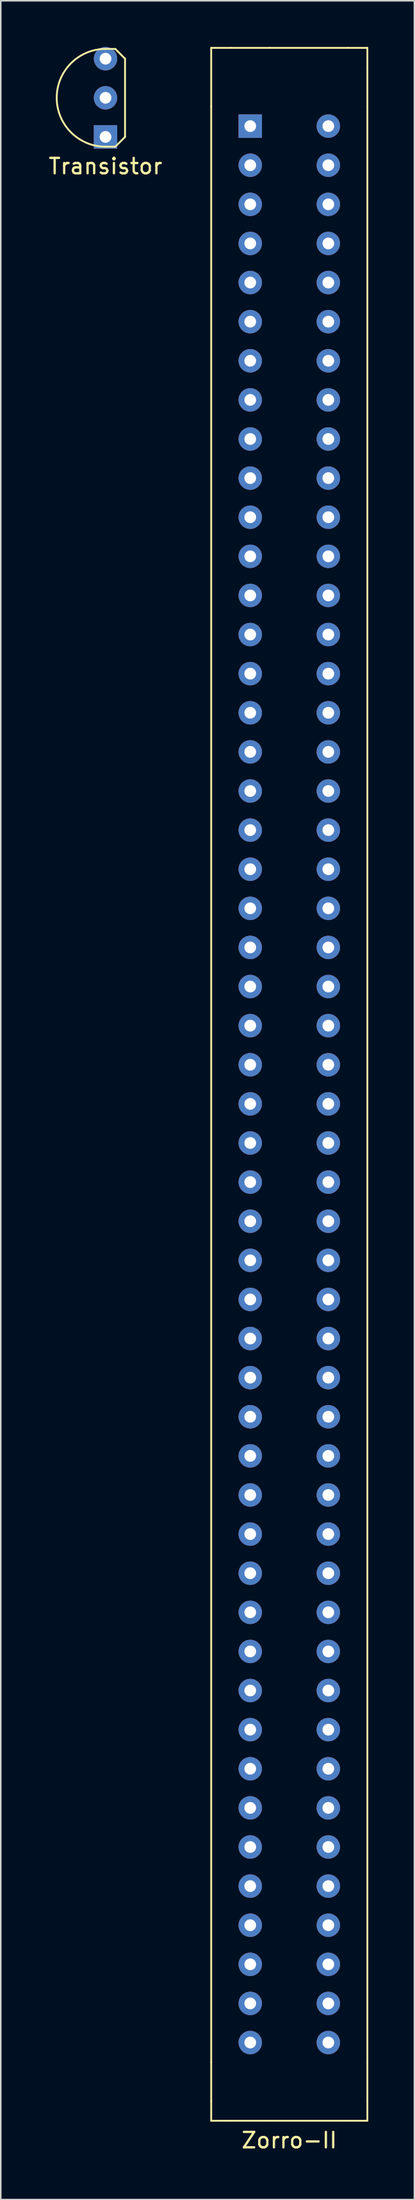
<source format=kicad_pcb>
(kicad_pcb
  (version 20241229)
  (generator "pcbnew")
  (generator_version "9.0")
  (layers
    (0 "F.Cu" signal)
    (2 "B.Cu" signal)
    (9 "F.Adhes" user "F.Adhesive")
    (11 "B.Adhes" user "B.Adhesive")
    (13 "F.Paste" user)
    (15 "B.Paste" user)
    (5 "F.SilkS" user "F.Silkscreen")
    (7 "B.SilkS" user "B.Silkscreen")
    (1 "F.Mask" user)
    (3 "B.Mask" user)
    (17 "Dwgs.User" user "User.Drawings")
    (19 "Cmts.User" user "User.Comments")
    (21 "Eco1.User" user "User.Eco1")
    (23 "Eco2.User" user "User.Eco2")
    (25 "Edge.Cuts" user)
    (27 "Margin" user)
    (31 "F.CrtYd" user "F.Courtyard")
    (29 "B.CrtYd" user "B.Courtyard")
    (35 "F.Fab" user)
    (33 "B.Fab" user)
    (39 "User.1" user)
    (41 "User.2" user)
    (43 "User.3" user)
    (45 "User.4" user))
  (footprint "Transistor"
    (layer "F.Cu")
    (at 3.815 3.302)
    (property "Reference" "Transistor" (at 0 4.445 0) (layer "F.SilkS") (effects (font (size 1 1) (thickness 0.15))))
    (attr through_hole)
    (fp_line (start 0.635 -3.175) (end 0 -3.175) (stroke (width 0.12) (type solid)) (layer "F.SilkS"))
    (fp_line (start 0.635 -3.175) (end 1.27 -2.54) (stroke (width 0.12) (type solid)) (layer "F.SilkS"))
    (fp_line (start 0.635 3.175) (end 0 3.175) (stroke (width 0.12) (type solid)) (layer "F.SilkS"))
    (fp_line (start 1.27 -2.54) (end 1.27 2.54) (stroke (width 0.12) (type solid)) (layer "F.SilkS"))
    (fp_line (start 1.27 2.54) (end 0.635 3.175) (stroke (width 0.12) (type solid)) (layer "F.SilkS"))
    (fp_arc (start 0 3.175) (mid -3.175 0) (end 0 -3.175) (stroke (width 0.12) (type solid)) (layer "F.SilkS"))
    (pad "1" thru_hole rect (at 0 2.54) (size 1.524 1.524) (drill 0.762) (layers "*.Cu" "*.Mask"))
    (pad "2" thru_hole circle (at 0 0) (size 1.524 1.524) (drill 0.762) (layers "*.Cu" "*.Mask"))
    (pad "3" thru_hole circle (at 0 -2.54) (size 1.524 1.524) (drill 0.762) (layers "*.Cu" "*.Mask")))
  (footprint "Zorro-II"
    (layer "F.Cu")
    (at 17.041 55.94)
    (property "Reference" "Zorro-II" (at -1.27 80.01 0) (layer "F.SilkS") (effects (font (size 1 1) (thickness 0.15))))
    (attr through_hole)
    (fp_line (start -6.35 -55.88) (end -5.08 -55.88) (stroke (width 0.12) (type solid)) (layer "F.SilkS"))
    (fp_line (start -6.35 -52.07) (end -6.35 -55.88) (stroke (width 0.12) (type solid)) (layer "F.SilkS"))
    (fp_line (start -6.35 -52.07) (end -6.35 74.93) (stroke (width 0.12) (type solid)) (layer "F.SilkS"))
    (fp_line (start -6.35 74.93) (end -6.35 77.47) (stroke (width 0.12) (type solid)) (layer "F.SilkS"))
    (fp_line (start -6.35 78.74) (end -6.35 77.47) (stroke (width 0.12) (type solid)) (layer "F.SilkS"))
    (fp_line (start -5.08 78.74) (end -6.35 78.74) (stroke (width 0.12) (type solid)) (layer "F.SilkS"))
    (fp_line (start -5.08 78.74) (end -2.54 78.74) (stroke (width 0.12) (type solid)) (layer "F.SilkS"))
    (fp_line (start -2.54 -55.88) (end -5.08 -55.88) (stroke (width 0.12) (type solid)) (layer "F.SilkS"))
    (fp_line (start -2.54 78.74) (end 2.54 78.74) (stroke (width 0.12) (type solid)) (layer "F.SilkS"))
    (fp_line (start 2.54 -55.88) (end -2.54 -55.88) (stroke (width 0.12) (type solid)) (layer "F.SilkS"))
    (fp_line (start 3.81 -55.88) (end 2.54 -55.88) (stroke (width 0.12) (type solid)) (layer "F.SilkS"))
    (fp_line (start 3.81 -54.61) (end 3.81 -55.88) (stroke (width 0.12) (type solid)) (layer "F.SilkS"))
    (fp_line (start 3.81 -52.07) (end 3.81 -54.61) (stroke (width 0.12) (type solid)) (layer "F.SilkS"))
    (fp_line (start 3.81 74.93) (end 3.81 -52.07) (stroke (width 0.12) (type solid)) (layer "F.SilkS"))
    (fp_line (start 3.81 74.93) (end 3.81 77.47) (stroke (width 0.12) (type solid)) (layer "F.SilkS"))
    (fp_line (start 3.81 77.47) (end 3.81 78.74) (stroke (width 0.12) (type solid)) (layer "F.SilkS"))
    (fp_line (start 3.81 78.74) (end 2.54 78.74) (stroke (width 0.12) (type solid)) (layer "F.SilkS"))
    (pad "1" thru_hole rect (at -3.81 -50.8) (size 1.524 1.524) (drill 0.762) (layers "*.Cu" "*.Mask"))
    (pad "2" thru_hole circle (at 1.27 -50.8) (size 1.524 1.524) (drill 0.762) (layers "*.Cu" "*.Mask"))
    (pad "3" thru_hole circle (at -3.81 -48.26) (size 1.524 1.524) (drill 0.762) (layers "*.Cu" "*.Mask"))
    (pad "4" thru_hole circle (at 1.27 -48.26) (size 1.524 1.524) (drill 0.762) (layers "*.Cu" "*.Mask"))
    (pad "5" thru_hole circle (at -3.81 -45.72) (size 1.524 1.524) (drill 0.762) (layers "*.Cu" "*.Mask"))
    (pad "6" thru_hole circle (at 1.27 -45.72) (size 1.524 1.524) (drill 0.762) (layers "*.Cu" "*.Mask"))
    (pad "7" thru_hole circle (at -3.81 -43.18) (size 1.524 1.524) (drill 0.762) (layers "*.Cu" "*.Mask"))
    (pad "8" thru_hole circle (at 1.27 -43.18) (size 1.524 1.524) (drill 0.762) (layers "*.Cu" "*.Mask"))
    (pad "9" thru_hole circle (at -3.81 -40.64) (size 1.524 1.524) (drill 0.762) (layers "*.Cu" "*.Mask"))
    (pad "10" thru_hole circle (at 1.27 -40.64) (size 1.524 1.524) (drill 0.762) (layers "*.Cu" "*.Mask"))
    (pad "11" thru_hole circle (at -3.81 -38.1) (size 1.524 1.524) (drill 0.762) (layers "*.Cu" "*.Mask"))
    (pad "12" thru_hole circle (at 1.27 -38.1) (size 1.524 1.524) (drill 0.762) (layers "*.Cu" "*.Mask"))
    (pad "13" thru_hole circle (at -3.81 -35.56) (size 1.524 1.524) (drill 0.762) (layers "*.Cu" "*.Mask"))
    (pad "14" thru_hole circle (at 1.27 -35.56) (size 1.524 1.524) (drill 0.762) (layers "*.Cu" "*.Mask"))
    (pad "15" thru_hole circle (at -3.81 -33.02) (size 1.524 1.524) (drill 0.762) (layers "*.Cu" "*.Mask"))
    (pad "16" thru_hole circle (at 1.27 -33.02) (size 1.524 1.524) (drill 0.762) (layers "*.Cu" "*.Mask"))
    (pad "17" thru_hole circle (at -3.81 -30.48) (size 1.524 1.524) (drill 0.762) (layers "*.Cu" "*.Mask"))
    (pad "18" thru_hole circle (at 1.27 -30.48) (size 1.524 1.524) (drill 0.762) (layers "*.Cu" "*.Mask"))
    (pad "19" thru_hole circle (at -3.81 -27.94) (size 1.524 1.524) (drill 0.762) (layers "*.Cu" "*.Mask"))
    (pad "20" thru_hole circle (at 1.27 -27.94) (size 1.524 1.524) (drill 0.762) (layers "*.Cu" "*.Mask"))
    (pad "21" thru_hole circle (at -3.81 -25.4) (size 1.524 1.524) (drill 0.762) (layers "*.Cu" "*.Mask"))
    (pad "22" thru_hole circle (at 1.27 -25.4) (size 1.524 1.524) (drill 0.762) (layers "*.Cu" "*.Mask"))
    (pad "23" thru_hole circle (at -3.81 -22.86) (size 1.524 1.524) (drill 0.762) (layers "*.Cu" "*.Mask"))
    (pad "24" thru_hole circle (at 1.27 -22.86) (size 1.524 1.524) (drill 0.762) (layers "*.Cu" "*.Mask"))
    (pad "25" thru_hole circle (at -3.81 -20.32) (size 1.524 1.524) (drill 0.762) (layers "*.Cu" "*.Mask"))
    (pad "26" thru_hole circle (at 1.27 -20.32) (size 1.524 1.524) (drill 0.762) (layers "*.Cu" "*.Mask"))
    (pad "27" thru_hole circle (at -3.81 -17.78) (size 1.524 1.524) (drill 0.762) (layers "*.Cu" "*.Mask"))
    (pad "28" thru_hole circle (at 1.27 -17.78) (size 1.524 1.524) (drill 0.762) (layers "*.Cu" "*.Mask"))
    (pad "29" thru_hole circle (at -3.81 -15.24) (size 1.524 1.524) (drill 0.762) (layers "*.Cu" "*.Mask"))
    (pad "30" thru_hole circle (at 1.27 -15.24) (size 1.524 1.524) (drill 0.762) (layers "*.Cu" "*.Mask"))
    (pad "31" thru_hole circle (at -3.81 -12.7) (size 1.524 1.524) (drill 0.762) (layers "*.Cu" "*.Mask"))
    (pad "32" thru_hole circle (at 1.27 -12.7) (size 1.524 1.524) (drill 0.762) (layers "*.Cu" "*.Mask"))
    (pad "33" thru_hole circle (at -3.81 -10.16) (size 1.524 1.524) (drill 0.762) (layers "*.Cu" "*.Mask"))
    (pad "34" thru_hole circle (at 1.27 -10.16) (size 1.524 1.524) (drill 0.762) (layers "*.Cu" "*.Mask"))
    (pad "35" thru_hole circle (at -3.81 -7.62) (size 1.524 1.524) (drill 0.762) (layers "*.Cu" "*.Mask"))
    (pad "36" thru_hole circle (at 1.27 -7.62) (size 1.524 1.524) (drill 0.762) (layers "*.Cu" "*.Mask"))
    (pad "37" thru_hole circle (at -3.81 -5.08) (size 1.524 1.524) (drill 0.762) (layers "*.Cu" "*.Mask"))
    (pad "38" thru_hole circle (at 1.27 -5.08) (size 1.524 1.524) (drill 0.762) (layers "*.Cu" "*.Mask"))
    (pad "39" thru_hole circle (at -3.81 -2.54) (size 1.524 1.524) (drill 0.762) (layers "*.Cu" "*.Mask"))
    (pad "40" thru_hole circle (at 1.27 -2.54) (size 1.524 1.524) (drill 0.762) (layers "*.Cu" "*.Mask"))
    (pad "41" thru_hole circle (at -3.81 0) (size 1.524 1.524) (drill 0.762) (layers "*.Cu" "*.Mask"))
    (pad "42" thru_hole circle (at 1.27 0) (size 1.524 1.524) (drill 0.762) (layers "*.Cu" "*.Mask"))
    (pad "43" thru_hole circle (at -3.81 2.54) (size 1.524 1.524) (drill 0.762) (layers "*.Cu" "*.Mask"))
    (pad "44" thru_hole circle (at 1.27 2.54) (size 1.524 1.524) (drill 0.762) (layers "*.Cu" "*.Mask"))
    (pad "45" thru_hole circle (at -3.81 5.08) (size 1.524 1.524) (drill 0.762) (layers "*.Cu" "*.Mask"))
    (pad "46" thru_hole circle (at 1.27 5.08) (size 1.524 1.524) (drill 0.762) (layers "*.Cu" "*.Mask"))
    (pad "47" thru_hole circle (at -3.81 7.62) (size 1.524 1.524) (drill 0.762) (layers "*.Cu" "*.Mask"))
    (pad "48" thru_hole circle (at 1.27 7.62) (size 1.524 1.524) (drill 0.762) (layers "*.Cu" "*.Mask"))
    (pad "49" thru_hole circle (at -3.81 10.16) (size 1.524 1.524) (drill 0.762) (layers "*.Cu" "*.Mask"))
    (pad "50" thru_hole circle (at 1.27 10.16) (size 1.524 1.524) (drill 0.762) (layers "*.Cu" "*.Mask"))
    (pad "51" thru_hole circle (at -3.81 12.7) (size 1.524 1.524) (drill 0.762) (layers "*.Cu" "*.Mask"))
    (pad "52" thru_hole circle (at 1.27 12.7) (size 1.524 1.524) (drill 0.762) (layers "*.Cu" "*.Mask"))
    (pad "53" thru_hole circle (at -3.81 15.24) (size 1.524 1.524) (drill 0.762) (layers "*.Cu" "*.Mask"))
    (pad "54" thru_hole circle (at 1.27 15.24) (size 1.524 1.524) (drill 0.762) (layers "*.Cu" "*.Mask"))
    (pad "55" thru_hole circle (at -3.81 17.78) (size 1.524 1.524) (drill 0.762) (layers "*.Cu" "*.Mask"))
    (pad "56" thru_hole circle (at 1.27 17.78) (size 1.524 1.524) (drill 0.762) (layers "*.Cu" "*.Mask"))
    (pad "57" thru_hole circle (at -3.81 20.32) (size 1.524 1.524) (drill 0.762) (layers "*.Cu" "*.Mask"))
    (pad "58" thru_hole circle (at 1.27 20.32) (size 1.524 1.524) (drill 0.762) (layers "*.Cu" "*.Mask"))
    (pad "59" thru_hole circle (at -3.81 22.86) (size 1.524 1.524) (drill 0.762) (layers "*.Cu" "*.Mask"))
    (pad "60" thru_hole circle (at 1.27 22.86) (size 1.524 1.524) (drill 0.762) (layers "*.Cu" "*.Mask"))
    (pad "61" thru_hole circle (at -3.81 25.4) (size 1.524 1.524) (drill 0.762) (layers "*.Cu" "*.Mask"))
    (pad "62" thru_hole circle (at 1.27 25.4) (size 1.524 1.524) (drill 0.762) (layers "*.Cu" "*.Mask"))
    (pad "63" thru_hole circle (at -3.81 27.94) (size 1.524 1.524) (drill 0.762) (layers "*.Cu" "*.Mask"))
    (pad "64" thru_hole circle (at 1.27 27.94) (size 1.524 1.524) (drill 0.762) (layers "*.Cu" "*.Mask"))
    (pad "65" thru_hole circle (at -3.81 30.48) (size 1.524 1.524) (drill 0.762) (layers "*.Cu" "*.Mask"))
    (pad "66" thru_hole circle (at 1.27 30.48) (size 1.524 1.524) (drill 0.762) (layers "*.Cu" "*.Mask"))
    (pad "67" thru_hole circle (at -3.81 33.02) (size 1.524 1.524) (drill 0.762) (layers "*.Cu" "*.Mask"))
    (pad "68" thru_hole circle (at 1.27 33.02) (size 1.524 1.524) (drill 0.762) (layers "*.Cu" "*.Mask"))
    (pad "69" thru_hole circle (at -3.81 35.56) (size 1.524 1.524) (drill 0.762) (layers "*.Cu" "*.Mask"))
    (pad "70" thru_hole circle (at 1.27 35.56) (size 1.524 1.524) (drill 0.762) (layers "*.Cu" "*.Mask"))
    (pad "71" thru_hole circle (at -3.81 38.1) (size 1.524 1.524) (drill 0.762) (layers "*.Cu" "*.Mask"))
    (pad "72" thru_hole circle (at 1.27 38.1) (size 1.524 1.524) (drill 0.762) (layers "*.Cu" "*.Mask"))
    (pad "73" thru_hole circle (at -3.81 40.64) (size 1.524 1.524) (drill 0.762) (layers "*.Cu" "*.Mask"))
    (pad "74" thru_hole circle (at 1.27 40.64) (size 1.524 1.524) (drill 0.762) (layers "*.Cu" "*.Mask"))
    (pad "75" thru_hole circle (at -3.81 43.18) (size 1.524 1.524) (drill 0.762) (layers "*.Cu" "*.Mask"))
    (pad "76" thru_hole circle (at 1.27 43.18) (size 1.524 1.524) (drill 0.762) (layers "*.Cu" "*.Mask"))
    (pad "77" thru_hole circle (at -3.81 45.72) (size 1.524 1.524) (drill 0.762) (layers "*.Cu" "*.Mask"))
    (pad "78" thru_hole circle (at 1.27 45.72) (size 1.524 1.524) (drill 0.762) (layers "*.Cu" "*.Mask"))
    (pad "79" thru_hole circle (at -3.81 48.26) (size 1.524 1.524) (drill 0.762) (layers "*.Cu" "*.Mask"))
    (pad "80" thru_hole circle (at 1.27 48.26) (size 1.524 1.524) (drill 0.762) (layers "*.Cu" "*.Mask"))
    (pad "81" thru_hole circle (at -3.81 50.8) (size 1.524 1.524) (drill 0.762) (layers "*.Cu" "*.Mask"))
    (pad "82" thru_hole circle (at 1.27 50.8) (size 1.524 1.524) (drill 0.762) (layers "*.Cu" "*.Mask"))
    (pad "83" thru_hole circle (at -3.81 53.34) (size 1.524 1.524) (drill 0.762) (layers "*.Cu" "*.Mask"))
    (pad "84" thru_hole circle (at 1.27 53.34) (size 1.524 1.524) (drill 0.762) (layers "*.Cu" "*.Mask"))
    (pad "85" thru_hole circle (at -3.81 55.88) (size 1.524 1.524) (drill 0.762) (layers "*.Cu" "*.Mask"))
    (pad "86" thru_hole circle (at 1.27 55.88) (size 1.524 1.524) (drill 0.762) (layers "*.Cu" "*.Mask"))
    (pad "87" thru_hole circle (at -3.81 58.42) (size 1.524 1.524) (drill 0.762) (layers "*.Cu" "*.Mask"))
    (pad "88" thru_hole circle (at 1.27 58.42) (size 1.524 1.524) (drill 0.762) (layers "*.Cu" "*.Mask"))
    (pad "89" thru_hole circle (at -3.81 60.96) (size 1.524 1.524) (drill 0.762) (layers "*.Cu" "*.Mask"))
    (pad "90" thru_hole circle (at 1.27 60.96) (size 1.524 1.524) (drill 0.762) (layers "*.Cu" "*.Mask"))
    (pad "91" thru_hole circle (at -3.81 63.5) (size 1.524 1.524) (drill 0.762) (layers "*.Cu" "*.Mask"))
    (pad "92" thru_hole circle (at 1.27 63.5) (size 1.524 1.524) (drill 0.762) (layers "*.Cu" "*.Mask"))
    (pad "93" thru_hole circle (at -3.81 66.04) (size 1.524 1.524) (drill 0.762) (layers "*.Cu" "*.Mask"))
    (pad "94" thru_hole circle (at 1.27 66.04) (size 1.524 1.524) (drill 0.762) (layers "*.Cu" "*.Mask"))
    (pad "95" thru_hole circle (at -3.81 68.58) (size 1.524 1.524) (drill 0.762) (layers "*.Cu" "*.Mask"))
    (pad "96" thru_hole circle (at 1.27 68.58) (size 1.524 1.524) (drill 0.762) (layers "*.Cu" "*.Mask"))
    (pad "97" thru_hole circle (at -3.81 71.12) (size 1.524 1.524) (drill 0.762) (layers "*.Cu" "*.Mask"))
    (pad "98" thru_hole circle (at 1.27 71.12) (size 1.524 1.524) (drill 0.762) (layers "*.Cu" "*.Mask"))
    (pad "99" thru_hole circle (at -3.81 73.66) (size 1.524 1.524) (drill 0.762) (layers "*.Cu" "*.Mask"))
    (pad "100" thru_hole circle (at 1.27 73.66) (size 1.524 1.524) (drill 0.762) (layers "*.Cu" "*.Mask")))
  (gr_rect
    (start -3 -3)
    (end 23.911 139.798)
    (stroke (width 0.1) (type default))
    (fill no)
    (layer "Edge.Cuts")))
</source>
